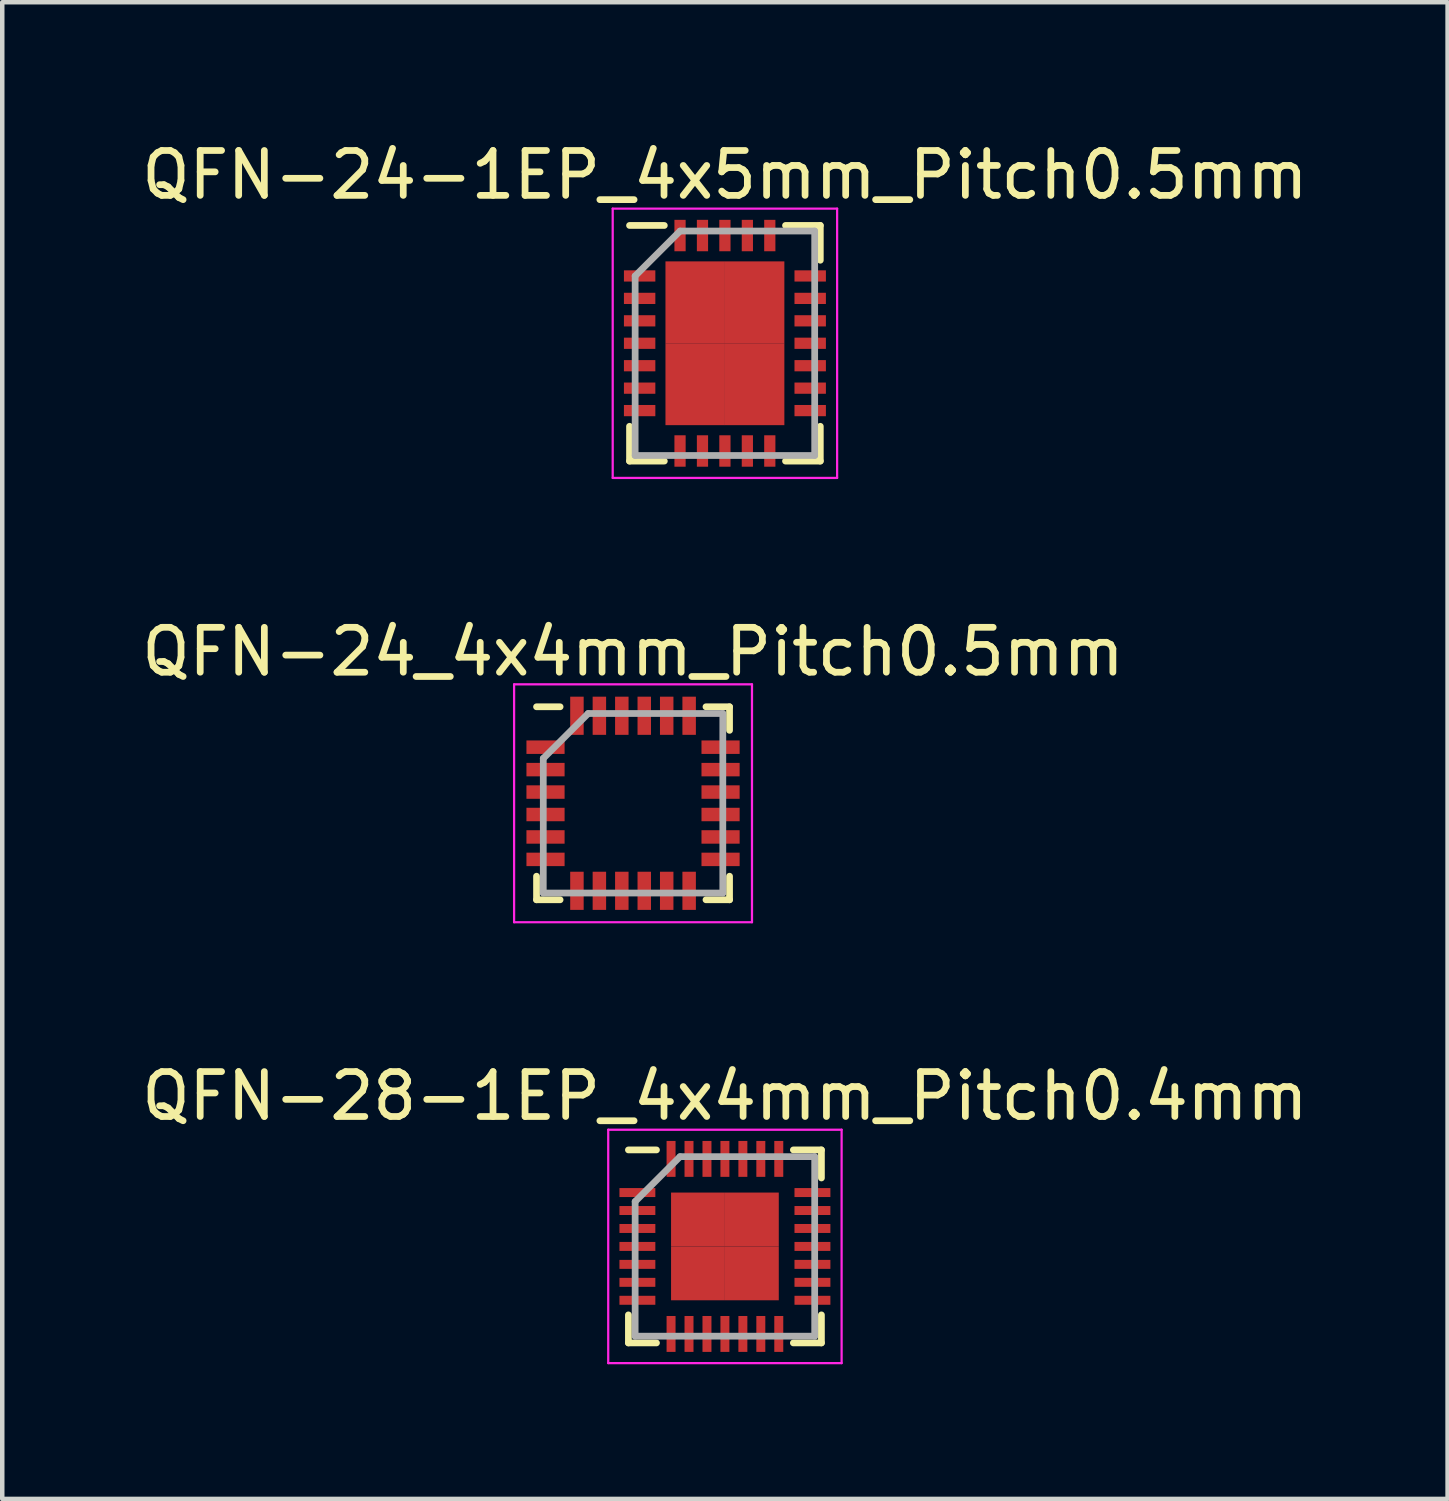
<source format=kicad_pcb>
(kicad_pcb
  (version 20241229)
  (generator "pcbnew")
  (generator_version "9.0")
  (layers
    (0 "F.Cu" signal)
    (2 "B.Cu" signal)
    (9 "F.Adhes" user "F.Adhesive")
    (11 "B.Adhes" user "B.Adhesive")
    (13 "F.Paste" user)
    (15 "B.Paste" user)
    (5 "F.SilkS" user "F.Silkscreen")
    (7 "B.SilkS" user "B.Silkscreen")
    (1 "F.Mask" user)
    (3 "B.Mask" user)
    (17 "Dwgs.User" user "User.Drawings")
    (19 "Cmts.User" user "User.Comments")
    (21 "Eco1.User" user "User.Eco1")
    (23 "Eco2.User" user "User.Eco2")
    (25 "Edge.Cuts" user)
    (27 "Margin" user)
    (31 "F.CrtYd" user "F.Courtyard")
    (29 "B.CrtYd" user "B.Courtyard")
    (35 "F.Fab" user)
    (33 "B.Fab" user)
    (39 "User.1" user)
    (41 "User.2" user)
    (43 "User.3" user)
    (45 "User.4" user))
  (footprint "QFN-28-1EP_4x4mm_Pitch0.4mm"
    (layer "F.Cu")
    (at 13.101 24.72)
    (property "Reference" "QFN-28-1EP_4x4mm_Pitch0.4mm" (at 0 -3.35 0) (layer "F.SilkS") (effects (font (size 1 1) (thickness 0.15))))
    (attr smd)
    (fp_line (start -2.15 -2.15) (end -1.525 -2.15) (stroke (width 0.15) (type solid)) (layer "F.SilkS"))
    (fp_line (start -2.15 2.15) (end -2.15 1.525) (stroke (width 0.15) (type solid)) (layer "F.SilkS"))
    (fp_line (start -2.15 2.15) (end -1.525 2.15) (stroke (width 0.15) (type solid)) (layer "F.SilkS"))
    (fp_line (start 2.15 -2.15) (end 1.525 -2.15) (stroke (width 0.15) (type solid)) (layer "F.SilkS"))
    (fp_line (start 2.15 -2.15) (end 2.15 -1.525) (stroke (width 0.15) (type solid)) (layer "F.SilkS"))
    (fp_line (start 2.15 2.15) (end 1.525 2.15) (stroke (width 0.15) (type solid)) (layer "F.SilkS"))
    (fp_line (start 2.15 2.15) (end 2.15 1.525) (stroke (width 0.15) (type solid)) (layer "F.SilkS"))
    (fp_line (start -2.6 -2.6) (end -2.6 2.6) (stroke (width 0.05) (type solid)) (layer "F.CrtYd"))
    (fp_line (start -2.6 -2.6) (end 2.6 -2.6) (stroke (width 0.05) (type solid)) (layer "F.CrtYd"))
    (fp_line (start -2.6 2.6) (end 2.6 2.6) (stroke (width 0.05) (type solid)) (layer "F.CrtYd"))
    (fp_line (start 2.6 -2.6) (end 2.6 2.6) (stroke (width 0.05) (type solid)) (layer "F.CrtYd"))
    (fp_line (start -2 -1) (end -1 -2) (stroke (width 0.15) (type solid)) (layer "F.Fab"))
    (fp_line (start -2 2) (end -2 -1) (stroke (width 0.15) (type solid)) (layer "F.Fab"))
    (fp_line (start -1 -2) (end 2 -2) (stroke (width 0.15) (type solid)) (layer "F.Fab"))
    (fp_line (start 2 -2) (end 2 2) (stroke (width 0.15) (type solid)) (layer "F.Fab"))
    (fp_line (start 2 2) (end -2 2) (stroke (width 0.15) (type solid)) (layer "F.Fab"))
    (pad "1" smd rect (at -1.95 -1.2) (size 0.8 0.2) (layers "F.Cu" "F.Mask" "F.Paste"))
    (pad "2" smd rect (at -1.95 -0.8) (size 0.8 0.2) (layers "F.Cu" "F.Mask" "F.Paste"))
    (pad "3" smd rect (at -1.95 -0.4) (size 0.8 0.2) (layers "F.Cu" "F.Mask" "F.Paste"))
    (pad "4" smd rect (at -1.95 0) (size 0.8 0.2) (layers "F.Cu" "F.Mask" "F.Paste"))
    (pad "5" smd rect (at -1.95 0.4) (size 0.8 0.2) (layers "F.Cu" "F.Mask" "F.Paste"))
    (pad "6" smd rect (at -1.95 0.8) (size 0.8 0.2) (layers "F.Cu" "F.Mask" "F.Paste"))
    (pad "7" smd rect (at -1.95 1.2) (size 0.8 0.2) (layers "F.Cu" "F.Mask" "F.Paste"))
    (pad "8" smd rect (at -1.2 1.95 90) (size 0.8 0.2) (layers "F.Cu" "F.Mask" "F.Paste"))
    (pad "9" smd rect (at -0.8 1.95 90) (size 0.8 0.2) (layers "F.Cu" "F.Mask" "F.Paste"))
    (pad "10" smd rect (at -0.4 1.95 90) (size 0.8 0.2) (layers "F.Cu" "F.Mask" "F.Paste"))
    (pad "11" smd rect (at 0 1.95 90) (size 0.8 0.2) (layers "F.Cu" "F.Mask" "F.Paste"))
    (pad "12" smd rect (at 0.4 1.95 90) (size 0.8 0.2) (layers "F.Cu" "F.Mask" "F.Paste"))
    (pad "13" smd rect (at 0.8 1.95 90) (size 0.8 0.2) (layers "F.Cu" "F.Mask" "F.Paste"))
    (pad "14" smd rect (at 1.2 1.95 90) (size 0.8 0.2) (layers "F.Cu" "F.Mask" "F.Paste"))
    (pad "15" smd rect (at 1.95 1.2) (size 0.8 0.2) (layers "F.Cu" "F.Mask" "F.Paste"))
    (pad "16" smd rect (at 1.95 0.8) (size 0.8 0.2) (layers "F.Cu" "F.Mask" "F.Paste"))
    (pad "17" smd rect (at 1.95 0.4) (size 0.8 0.2) (layers "F.Cu" "F.Mask" "F.Paste"))
    (pad "18" smd rect (at 1.95 0) (size 0.8 0.2) (layers "F.Cu" "F.Mask" "F.Paste"))
    (pad "19" smd rect (at 1.95 -0.4) (size 0.8 0.2) (layers "F.Cu" "F.Mask" "F.Paste"))
    (pad "20" smd rect (at 1.95 -0.8) (size 0.8 0.2) (layers "F.Cu" "F.Mask" "F.Paste"))
    (pad "21" smd rect (at 1.95 -1.2) (size 0.8 0.2) (layers "F.Cu" "F.Mask" "F.Paste"))
    (pad "22" smd rect (at 1.2 -1.95 90) (size 0.8 0.2) (layers "F.Cu" "F.Mask" "F.Paste"))
    (pad "23" smd rect (at 0.8 -1.95 90) (size 0.8 0.2) (layers "F.Cu" "F.Mask" "F.Paste"))
    (pad "24" smd rect (at 0.4 -1.95 90) (size 0.8 0.2) (layers "F.Cu" "F.Mask" "F.Paste"))
    (pad "25" smd rect (at 0 -1.95 90) (size 0.8 0.2) (layers "F.Cu" "F.Mask" "F.Paste"))
    (pad "26" smd rect (at -0.4 -1.95 90) (size 0.8 0.2) (layers "F.Cu" "F.Mask" "F.Paste"))
    (pad "27" smd rect (at -0.8 -1.95 90) (size 0.8 0.2) (layers "F.Cu" "F.Mask" "F.Paste"))
    (pad "28" smd rect (at -1.2 -1.95 90) (size 0.8 0.2) (layers "F.Cu" "F.Mask" "F.Paste"))
    (pad "29" smd rect (at -0.6 -0.6) (size 1.2 1.2) (layers "F.Cu" "F.Mask" "F.Paste"))
    (pad "29" smd rect (at -0.6 0.6) (size 1.2 1.2) (layers "F.Cu" "F.Mask" "F.Paste"))
    (pad "29" smd rect (at 0.6 -0.6) (size 1.2 1.2) (layers "F.Cu" "F.Mask" "F.Paste"))
    (pad "29" smd rect (at 0.6 0.6) (size 1.2 1.2) (layers "F.Cu" "F.Mask" "F.Paste")))
  (footprint "QFN-24_4x4mm_Pitch0.5mm"
    (layer "F.Cu")
    (at 11.054 14.847)
    (property "Reference" "QFN-24_4x4mm_Pitch0.5mm" (at 0 -3.375 0) (layer "F.SilkS") (effects (font (size 1 1) (thickness 0.15))))
    (attr smd)
    (fp_line (start -2.15 -2.15) (end -1.625 -2.15) (stroke (width 0.15) (type solid)) (layer "F.SilkS"))
    (fp_line (start -2.15 2.15) (end -2.15 1.625) (stroke (width 0.15) (type solid)) (layer "F.SilkS"))
    (fp_line (start -2.15 2.15) (end -1.625 2.15) (stroke (width 0.15) (type solid)) (layer "F.SilkS"))
    (fp_line (start 2.15 -2.15) (end 1.625 -2.15) (stroke (width 0.15) (type solid)) (layer "F.SilkS"))
    (fp_line (start 2.15 -2.15) (end 2.15 -1.625) (stroke (width 0.15) (type solid)) (layer "F.SilkS"))
    (fp_line (start 2.15 2.15) (end 1.625 2.15) (stroke (width 0.15) (type solid)) (layer "F.SilkS"))
    (fp_line (start 2.15 2.15) (end 2.15 1.625) (stroke (width 0.15) (type solid)) (layer "F.SilkS"))
    (fp_line (start -2.65 -2.65) (end -2.65 2.65) (stroke (width 0.05) (type solid)) (layer "F.CrtYd"))
    (fp_line (start -2.65 -2.65) (end 2.65 -2.65) (stroke (width 0.05) (type solid)) (layer "F.CrtYd"))
    (fp_line (start -2.65 2.65) (end 2.65 2.65) (stroke (width 0.05) (type solid)) (layer "F.CrtYd"))
    (fp_line (start 2.65 -2.65) (end 2.65 2.65) (stroke (width 0.05) (type solid)) (layer "F.CrtYd"))
    (fp_line (start -2 -1) (end -1 -2) (stroke (width 0.15) (type solid)) (layer "F.Fab"))
    (fp_line (start -2 2) (end -2 -1) (stroke (width 0.15) (type solid)) (layer "F.Fab"))
    (fp_line (start -1 -2) (end 2 -2) (stroke (width 0.15) (type solid)) (layer "F.Fab"))
    (fp_line (start 2 -2) (end 2 2) (stroke (width 0.15) (type solid)) (layer "F.Fab"))
    (fp_line (start 2 2) (end -2 2) (stroke (width 0.15) (type solid)) (layer "F.Fab"))
    (pad "1" smd rect (at -1.95 -1.25) (size 0.85 0.3) (layers "F.Cu" "F.Mask" "F.Paste"))
    (pad "2" smd rect (at -1.95 -0.75) (size 0.85 0.3) (layers "F.Cu" "F.Mask" "F.Paste"))
    (pad "3" smd rect (at -1.95 -0.25) (size 0.85 0.3) (layers "F.Cu" "F.Mask" "F.Paste"))
    (pad "4" smd rect (at -1.95 0.25) (size 0.85 0.3) (layers "F.Cu" "F.Mask" "F.Paste"))
    (pad "5" smd rect (at -1.95 0.75) (size 0.85 0.3) (layers "F.Cu" "F.Mask" "F.Paste"))
    (pad "6" smd rect (at -1.95 1.25) (size 0.85 0.3) (layers "F.Cu" "F.Mask" "F.Paste"))
    (pad "7" smd rect (at -1.25 1.95 90) (size 0.85 0.3) (layers "F.Cu" "F.Mask" "F.Paste"))
    (pad "8" smd rect (at -0.75 1.95 90) (size 0.85 0.3) (layers "F.Cu" "F.Mask" "F.Paste"))
    (pad "9" smd rect (at -0.25 1.95 90) (size 0.85 0.3) (layers "F.Cu" "F.Mask" "F.Paste"))
    (pad "10" smd rect (at 0.25 1.95 90) (size 0.85 0.3) (layers "F.Cu" "F.Mask" "F.Paste"))
    (pad "11" smd rect (at 0.75 1.95 90) (size 0.85 0.3) (layers "F.Cu" "F.Mask" "F.Paste"))
    (pad "12" smd rect (at 1.25 1.95 90) (size 0.85 0.3) (layers "F.Cu" "F.Mask" "F.Paste"))
    (pad "13" smd rect (at 1.95 1.25) (size 0.85 0.3) (layers "F.Cu" "F.Mask" "F.Paste"))
    (pad "14" smd rect (at 1.95 0.75) (size 0.85 0.3) (layers "F.Cu" "F.Mask" "F.Paste"))
    (pad "15" smd rect (at 1.95 0.25) (size 0.85 0.3) (layers "F.Cu" "F.Mask" "F.Paste"))
    (pad "16" smd rect (at 1.95 -0.25) (size 0.85 0.3) (layers "F.Cu" "F.Mask" "F.Paste"))
    (pad "17" smd rect (at 1.95 -0.75) (size 0.85 0.3) (layers "F.Cu" "F.Mask" "F.Paste"))
    (pad "18" smd rect (at 1.95 -1.25) (size 0.85 0.3) (layers "F.Cu" "F.Mask" "F.Paste"))
    (pad "19" smd rect (at 1.25 -1.95 90) (size 0.85 0.3) (layers "F.Cu" "F.Mask" "F.Paste"))
    (pad "20" smd rect (at 0.75 -1.95 90) (size 0.85 0.3) (layers "F.Cu" "F.Mask" "F.Paste"))
    (pad "21" smd rect (at 0.25 -1.95 90) (size 0.85 0.3) (layers "F.Cu" "F.Mask" "F.Paste"))
    (pad "22" smd rect (at -0.25 -1.95 90) (size 0.85 0.3) (layers "F.Cu" "F.Mask" "F.Paste"))
    (pad "23" smd rect (at -0.75 -1.95 90) (size 0.85 0.3) (layers "F.Cu" "F.Mask" "F.Paste"))
    (pad "24" smd rect (at -1.25 -1.95 90) (size 0.85 0.3) (layers "F.Cu" "F.Mask" "F.Paste")))
  (footprint "QFN-24-1EP_4x5mm_Pitch0.5mm"
    (layer "F.Cu")
    (at 13.101 4.598)
    (property "Reference" "QFN-24-1EP_4x5mm_Pitch0.5mm" (at 0 -3.75 0) (layer "F.SilkS") (effects (font (size 1 1) (thickness 0.15))))
    (attr smd)
    (fp_line (start -2.125 -2.625) (end -1.35 -2.625) (stroke (width 0.15) (type solid)) (layer "F.SilkS"))
    (fp_line (start -2.125 2.625) (end -2.125 1.85) (stroke (width 0.15) (type solid)) (layer "F.SilkS"))
    (fp_line (start -2.125 2.625) (end -1.35 2.625) (stroke (width 0.15) (type solid)) (layer "F.SilkS"))
    (fp_line (start 2.125 -2.625) (end 1.35 -2.625) (stroke (width 0.15) (type solid)) (layer "F.SilkS"))
    (fp_line (start 2.125 -2.625) (end 2.125 -1.85) (stroke (width 0.15) (type solid)) (layer "F.SilkS"))
    (fp_line (start 2.125 2.625) (end 1.35 2.625) (stroke (width 0.15) (type solid)) (layer "F.SilkS"))
    (fp_line (start 2.125 2.625) (end 2.125 1.85) (stroke (width 0.15) (type solid)) (layer "F.SilkS"))
    (fp_line (start -2.5 -3) (end -2.5 3) (stroke (width 0.05) (type solid)) (layer "F.CrtYd"))
    (fp_line (start -2.5 -3) (end 2.5 -3) (stroke (width 0.05) (type solid)) (layer "F.CrtYd"))
    (fp_line (start -2.5 3) (end 2.5 3) (stroke (width 0.05) (type solid)) (layer "F.CrtYd"))
    (fp_line (start 2.5 -3) (end 2.5 3) (stroke (width 0.05) (type solid)) (layer "F.CrtYd"))
    (fp_line (start -2 -1.5) (end -1 -2.5) (stroke (width 0.15) (type solid)) (layer "F.Fab"))
    (fp_line (start -2 2.5) (end -2 -1.5) (stroke (width 0.15) (type solid)) (layer "F.Fab"))
    (fp_line (start -1 -2.5) (end 2 -2.5) (stroke (width 0.15) (type solid)) (layer "F.Fab"))
    (fp_line (start 2 -2.5) (end 2 2.5) (stroke (width 0.15) (type solid)) (layer "F.Fab"))
    (fp_line (start 2 2.5) (end -2 2.5) (stroke (width 0.15) (type solid)) (layer "F.Fab"))
    (pad "1" smd rect (at -1.9 -1.5) (size 0.7 0.25) (layers "F.Cu" "F.Mask" "F.Paste"))
    (pad "2" smd rect (at -1.9 -1) (size 0.7 0.25) (layers "F.Cu" "F.Mask" "F.Paste"))
    (pad "3" smd rect (at -1.9 -0.5) (size 0.7 0.25) (layers "F.Cu" "F.Mask" "F.Paste"))
    (pad "4" smd rect (at -1.9 0) (size 0.7 0.25) (layers "F.Cu" "F.Mask" "F.Paste"))
    (pad "5" smd rect (at -1.9 0.5) (size 0.7 0.25) (layers "F.Cu" "F.Mask" "F.Paste"))
    (pad "6" smd rect (at -1.9 1) (size 0.7 0.25) (layers "F.Cu" "F.Mask" "F.Paste"))
    (pad "7" smd rect (at -1.9 1.5) (size 0.7 0.25) (layers "F.Cu" "F.Mask" "F.Paste"))
    (pad "8" smd rect (at -1 2.4 90) (size 0.7 0.25) (layers "F.Cu" "F.Mask" "F.Paste"))
    (pad "9" smd rect (at -0.5 2.4 90) (size 0.7 0.25) (layers "F.Cu" "F.Mask" "F.Paste"))
    (pad "10" smd rect (at 0 2.4 90) (size 0.7 0.25) (layers "F.Cu" "F.Mask" "F.Paste"))
    (pad "11" smd rect (at 0.5 2.4 90) (size 0.7 0.25) (layers "F.Cu" "F.Mask" "F.Paste"))
    (pad "12" smd rect (at 1 2.4 90) (size 0.7 0.25) (layers "F.Cu" "F.Mask" "F.Paste"))
    (pad "13" smd rect (at 1.9 1.5) (size 0.7 0.25) (layers "F.Cu" "F.Mask" "F.Paste"))
    (pad "14" smd rect (at 1.9 1) (size 0.7 0.25) (layers "F.Cu" "F.Mask" "F.Paste"))
    (pad "15" smd rect (at 1.9 0.5) (size 0.7 0.25) (layers "F.Cu" "F.Mask" "F.Paste"))
    (pad "16" smd rect (at 1.9 0) (size 0.7 0.25) (layers "F.Cu" "F.Mask" "F.Paste"))
    (pad "17" smd rect (at 1.9 -0.5) (size 0.7 0.25) (layers "F.Cu" "F.Mask" "F.Paste"))
    (pad "18" smd rect (at 1.9 -1) (size 0.7 0.25) (layers "F.Cu" "F.Mask" "F.Paste"))
    (pad "19" smd rect (at 1.9 -1.5) (size 0.7 0.25) (layers "F.Cu" "F.Mask" "F.Paste"))
    (pad "20" smd rect (at 1 -2.4 90) (size 0.7 0.25) (layers "F.Cu" "F.Mask" "F.Paste"))
    (pad "21" smd rect (at 0.5 -2.4 90) (size 0.7 0.25) (layers "F.Cu" "F.Mask" "F.Paste"))
    (pad "22" smd rect (at 0 -2.4 90) (size 0.7 0.25) (layers "F.Cu" "F.Mask" "F.Paste"))
    (pad "23" smd rect (at -0.5 -2.4 90) (size 0.7 0.25) (layers "F.Cu" "F.Mask" "F.Paste"))
    (pad "24" smd rect (at -1 -2.4 90) (size 0.7 0.25) (layers "F.Cu" "F.Mask" "F.Paste"))
    (pad "25" smd rect (at -0.662 -0.912) (size 1.325 1.825) (layers "F.Cu" "F.Mask" "F.Paste"))
    (pad "25" smd rect (at -0.662 0.912) (size 1.325 1.825) (layers "F.Cu" "F.Mask" "F.Paste"))
    (pad "25" smd rect (at 0.662 -0.912) (size 1.325 1.825) (layers "F.Cu" "F.Mask" "F.Paste"))
    (pad "25" smd rect (at 0.662 0.912) (size 1.325 1.825) (layers "F.Cu" "F.Mask" "F.Paste")))
  (gr_rect
    (start -3 -3)
    (end 29.202 30.345)
    (stroke (width 0.1) (type default))
    (fill no)
    (layer "Edge.Cuts")))
</source>
